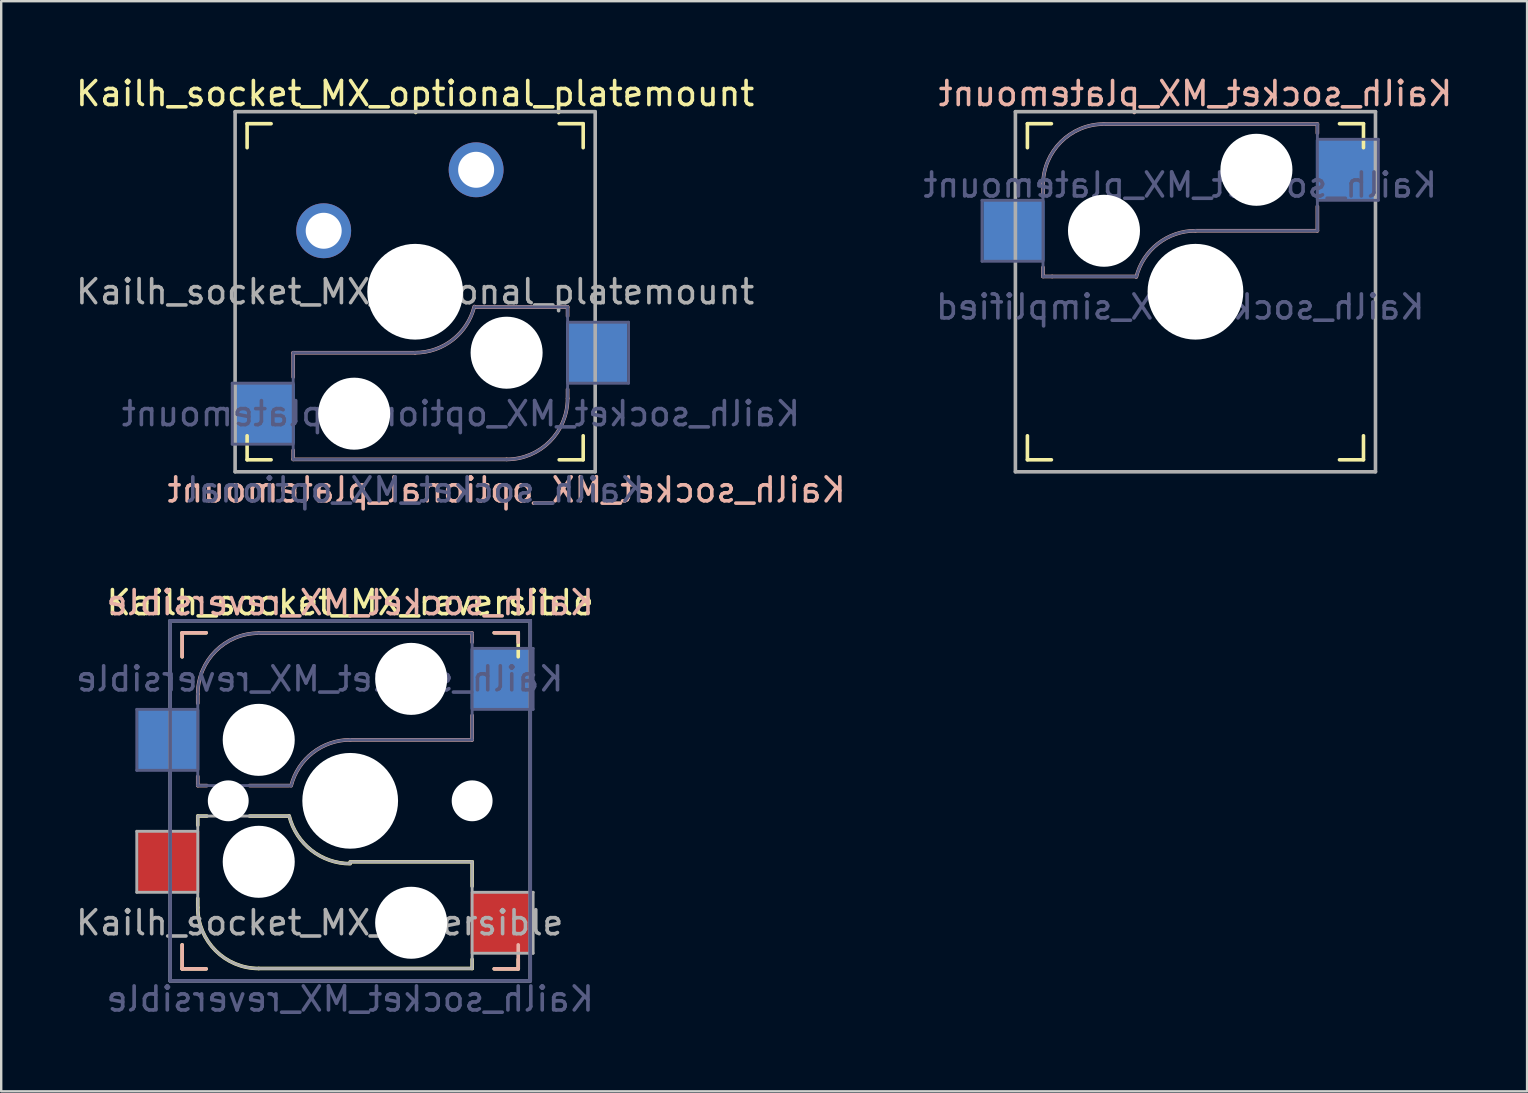
<source format=kicad_pcb>
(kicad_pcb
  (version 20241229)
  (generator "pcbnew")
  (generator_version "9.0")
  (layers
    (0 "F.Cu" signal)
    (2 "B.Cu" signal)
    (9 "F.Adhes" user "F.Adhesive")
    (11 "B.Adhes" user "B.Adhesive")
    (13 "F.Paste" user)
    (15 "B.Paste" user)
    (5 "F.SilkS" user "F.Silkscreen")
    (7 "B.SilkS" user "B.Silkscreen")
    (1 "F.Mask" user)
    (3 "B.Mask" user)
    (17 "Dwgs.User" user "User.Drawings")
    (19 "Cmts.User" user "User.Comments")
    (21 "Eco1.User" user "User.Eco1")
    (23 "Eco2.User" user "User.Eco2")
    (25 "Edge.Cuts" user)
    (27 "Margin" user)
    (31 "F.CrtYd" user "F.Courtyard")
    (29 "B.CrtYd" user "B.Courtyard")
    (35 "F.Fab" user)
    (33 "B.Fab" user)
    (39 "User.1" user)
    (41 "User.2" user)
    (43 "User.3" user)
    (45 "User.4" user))
  (footprint "Kailh_socket_MX_platemount"
    (layer "F.Cu")
    (at 46.749 9.103)
    (property "Reference" "Kailh_socket_MX_platemount" (at 0 -8.255 0) (layer "B.SilkS") (effects (font (size 1 1) (thickness 0.15)) (justify mirror)))
    (property "Value" "Kailh_socket_MX_simplified" (at 0 8.255 0) (layer "F.Fab") (hide yes) (effects (font (size 1 1) (thickness 0.15))))
    (attr smd)
    (fp_line (start -7 -6) (end -7 -7) (stroke (width 0.15) (type solid)) (layer "F.SilkS"))
    (fp_line (start -7 7) (end -7 6) (stroke (width 0.15) (type solid)) (layer "F.SilkS"))
    (fp_line (start -7 7) (end -6 7) (stroke (width 0.15) (type solid)) (layer "F.SilkS"))
    (fp_line (start -6 -7) (end -7 -7) (stroke (width 0.15) (type solid)) (layer "F.SilkS"))
    (fp_line (start 6 7) (end 7 7) (stroke (width 0.15) (type solid)) (layer "F.SilkS"))
    (fp_line (start 7 -7) (end 6 -7) (stroke (width 0.15) (type solid)) (layer "F.SilkS"))
    (fp_line (start 7 -7) (end 7 -6) (stroke (width 0.15) (type solid)) (layer "F.SilkS"))
    (fp_line (start 7 6) (end 7 7) (stroke (width 0.15) (type solid)) (layer "F.SilkS"))
    (fp_line (start -6.35 -4.445) (end -6.35 -4.064) (stroke (width 0.15) (type solid)) (layer "B.SilkS"))
    (fp_line (start -6.35 -1.016) (end -6.35 -0.635) (stroke (width 0.15) (type solid)) (layer "B.SilkS"))
    (fp_line (start -5.969 -0.635) (end -6.35 -0.635) (stroke (width 0.15) (type solid)) (layer "B.SilkS"))
    (fp_line (start -3.81 -6.985) (end 5.08 -6.985) (stroke (width 0.15) (type solid)) (layer "B.SilkS"))
    (fp_line (start -2.464 -0.635) (end -5.969 -0.635) (stroke (width 0.15) (type solid)) (layer "B.SilkS"))
    (fp_line (start 5.08 -6.985) (end 5.08 -6.604) (stroke (width 0.15) (type solid)) (layer "B.SilkS"))
    (fp_line (start 5.08 -3.556) (end 5.08 -2.54) (stroke (width 0.15) (type solid)) (layer "B.SilkS"))
    (fp_line (start 5.08 -2.54) (end 0 -2.54) (stroke (width 0.15) (type solid)) (layer "B.SilkS"))
    (fp_arc (start -6.35 -4.445) (mid -5.606051 -6.241051) (end -3.81 -6.985) (stroke (width 0.15) (type solid)) (layer "B.SilkS"))
    (fp_arc (start -2.464162 -0.61604) (mid -1.563147 -2.002042) (end 0 -2.54) (stroke (width 0.15) (type solid)) (layer "B.SilkS"))
    (fp_line (start -6.9 6.9) (end -6.9 -6.9) (stroke (width 0.15) (type solid)) (layer "Eco2.User"))
    (fp_line (start -6.9 6.9) (end 6.9 6.9) (stroke (width 0.15) (type solid)) (layer "Eco2.User"))
    (fp_line (start 6.9 -6.9) (end -6.9 -6.9) (stroke (width 0.15) (type solid)) (layer "Eco2.User"))
    (fp_line (start 6.9 -6.9) (end 6.9 6.9) (stroke (width 0.15) (type solid)) (layer "Eco2.User"))
    (fp_line (start -8.89 -3.81) (end -6.35 -3.81) (stroke (width 0.12) (type solid)) (layer "B.Fab"))
    (fp_line (start -8.89 -1.27) (end -8.89 -3.81) (stroke (width 0.12) (type solid)) (layer "B.Fab"))
    (fp_line (start -6.35 -1.27) (end -8.89 -1.27) (stroke (width 0.12) (type solid)) (layer "B.Fab"))
    (fp_line (start -6.35 -0.635) (end -6.35 -4.445) (stroke (width 0.12) (type solid)) (layer "B.Fab"))
    (fp_line (start -6.35 -0.635) (end -2.54 -0.635) (stroke (width 0.12) (type solid)) (layer "B.Fab"))
    (fp_line (start -3.81 -6.985) (end 5.08 -6.985) (stroke (width 0.12) (type solid)) (layer "B.Fab"))
    (fp_line (start 5.08 -6.985) (end 5.08 -2.54) (stroke (width 0.12) (type solid)) (layer "B.Fab"))
    (fp_line (start 5.08 -6.35) (end 7.62 -6.35) (stroke (width 0.12) (type solid)) (layer "B.Fab"))
    (fp_line (start 5.08 -2.54) (end 0 -2.54) (stroke (width 0.12) (type solid)) (layer "B.Fab"))
    (fp_line (start 7.62 -6.35) (end 7.62 -3.81) (stroke (width 0.12) (type solid)) (layer "B.Fab"))
    (fp_line (start 7.62 -3.81) (end 5.08 -3.81) (stroke (width 0.12) (type solid)) (layer "B.Fab"))
    (fp_arc (start -6.35 -4.445) (mid -5.606051 -6.241051) (end -3.81 -6.985) (stroke (width 0.12) (type solid)) (layer "B.Fab"))
    (fp_arc (start -2.464162 -0.61604) (mid -1.563147 -2.002042) (end 0 -2.54) (stroke (width 0.12) (type solid)) (layer "B.Fab"))
    (fp_line (start -7.5 -7.5) (end 7.5 -7.5) (stroke (width 0.15) (type solid)) (layer "F.Fab"))
    (fp_line (start -7.5 7.5) (end -7.5 -7.5) (stroke (width 0.15) (type solid)) (layer "F.Fab"))
    (fp_line (start 7.5 -7.5) (end 7.5 7.5) (stroke (width 0.15) (type solid)) (layer "F.Fab"))
    (fp_line (start 7.5 7.5) (end -7.5 7.5) (stroke (width 0.15) (type solid)) (layer "F.Fab"))
    (fp_text user "${VALUE}" (at -0.635 0.635 0) (layer "B.Fab") (effects (font (size 1 1) (thickness 0.15)) (justify mirror)))
    (fp_text user "${REFERENCE}" (at -0.635 -4.445 0) (layer "B.Fab") (effects (font (size 1 1) (thickness 0.15)) (justify mirror)))
    (pad "" np_thru_hole circle (at -3.81 -2.54) (size 3 3) (drill 3) (layers "*.Cu" "*.Mask"))
    (pad "" np_thru_hole circle (at 0 0) (size 3.988 3.988) (drill 3.988) (layers "*.Cu" "*.Mask"))
    (pad "" np_thru_hole circle (at 2.54 -5.08) (size 3 3) (drill 3) (layers "*.Cu" "*.Mask"))
    (pad "1" smd rect (at -7.56 -2.54) (size 2.55 2.5) (layers "B.Cu" "B.Mask" "B.Paste"))
    (pad "2" smd rect (at 6.29 -5.08) (size 2.55 2.5) (layers "B.Cu" "B.Mask" "B.Paste")))
  (footprint "Kailh_socket_MX_optional_platemount"
    (layer "F.Cu")
    (at 14.244 9.103)
    (property "Reference" "Kailh_socket_MX_optional_platemount" (at 0 -8.255 0) (layer "F.SilkS") (effects (font (size 1 1) (thickness 0.15))))
    (property "Value" "Kailh_socket_MX_optional" (at 0 8.255 0) (layer "F.Fab") (hide yes) (effects (font (size 1 1) (thickness 0.15))))
    (attr through_hole)
    (fp_line (start -7 -6) (end -7 -7) (stroke (width 0.15) (type solid)) (layer "F.SilkS"))
    (fp_line (start -7 7) (end -7 6) (stroke (width 0.15) (type solid)) (layer "F.SilkS"))
    (fp_line (start -7 7) (end -6 7) (stroke (width 0.15) (type solid)) (layer "F.SilkS"))
    (fp_line (start -6 -7) (end -7 -7) (stroke (width 0.15) (type solid)) (layer "F.SilkS"))
    (fp_line (start 6 7) (end 7 7) (stroke (width 0.15) (type solid)) (layer "F.SilkS"))
    (fp_line (start 7 -7) (end 6 -7) (stroke (width 0.15) (type solid)) (layer "F.SilkS"))
    (fp_line (start 7 -7) (end 7 -6) (stroke (width 0.15) (type solid)) (layer "F.SilkS"))
    (fp_line (start 7 6) (end 7 7) (stroke (width 0.15) (type solid)) (layer "F.SilkS"))
    (fp_line (start -5.08 2.54) (end -5.08 3.556) (stroke (width 0.15) (type solid)) (layer "B.SilkS"))
    (fp_line (start -5.08 6.604) (end -5.08 6.985) (stroke (width 0.15) (type solid)) (layer "B.SilkS"))
    (fp_line (start -5.08 6.985) (end 3.81 6.985) (stroke (width 0.15) (type solid)) (layer "B.SilkS"))
    (fp_line (start 0 2.54) (end -5.08 2.54) (stroke (width 0.15) (type solid)) (layer "B.SilkS"))
    (fp_line (start 6.35 0.635) (end 2.5 0.635) (stroke (width 0.15) (type solid)) (layer "B.SilkS"))
    (fp_line (start 6.35 1.016) (end 6.35 0.635) (stroke (width 0.15) (type solid)) (layer "B.SilkS"))
    (fp_line (start 6.35 4.445) (end 6.35 4.064) (stroke (width 0.15) (type solid)) (layer "B.SilkS"))
    (fp_arc (start 2.4638 0.61604) (mid 1.562785 2.002042) (end -0.000362 2.54) (stroke (width 0.15) (type solid)) (layer "B.SilkS"))
    (fp_arc (start 6.35 4.445) (mid 5.606051 6.241051) (end 3.81 6.985) (stroke (width 0.15) (type solid)) (layer "B.SilkS"))
    (fp_line (start -6.9 6.9) (end -6.9 -6.9) (stroke (width 0.15) (type solid)) (layer "Eco2.User"))
    (fp_line (start -6.9 6.9) (end 6.9 6.9) (stroke (width 0.15) (type solid)) (layer "Eco2.User"))
    (fp_line (start 6.9 -6.9) (end -6.9 -6.9) (stroke (width 0.15) (type solid)) (layer "Eco2.User"))
    (fp_line (start 6.9 -6.9) (end 6.9 6.9) (stroke (width 0.15) (type solid)) (layer "Eco2.User"))
    (fp_line (start -7.62 3.81) (end -7.62 6.35) (stroke (width 0.12) (type solid)) (layer "B.Fab"))
    (fp_line (start -7.62 6.35) (end -5.08 6.35) (stroke (width 0.12) (type solid)) (layer "B.Fab"))
    (fp_line (start -5.08 2.54) (end -5.08 6.985) (stroke (width 0.12) (type solid)) (layer "B.Fab"))
    (fp_line (start -5.08 3.81) (end -7.62 3.81) (stroke (width 0.12) (type solid)) (layer "B.Fab"))
    (fp_line (start -5.08 6.985) (end 3.81 6.985) (stroke (width 0.12) (type solid)) (layer "B.Fab"))
    (fp_line (start 0 2.54) (end -5.08 2.54) (stroke (width 0.12) (type solid)) (layer "B.Fab"))
    (fp_line (start 6.35 0.635) (end 2.54 0.635) (stroke (width 0.12) (type solid)) (layer "B.Fab"))
    (fp_line (start 6.35 3.81) (end 8.89 3.81) (stroke (width 0.12) (type solid)) (layer "B.Fab"))
    (fp_line (start 6.35 4.445) (end 6.35 0.635) (stroke (width 0.12) (type solid)) (layer "B.Fab"))
    (fp_line (start 8.89 1.27) (end 6.35 1.27) (stroke (width 0.12) (type solid)) (layer "B.Fab"))
    (fp_line (start 8.89 3.81) (end 8.89 1.27) (stroke (width 0.12) (type solid)) (layer "B.Fab"))
    (fp_arc (start 2.464162 0.61604) (mid 1.563147 2.002042) (end 0 2.54) (stroke (width 0.12) (type solid)) (layer "B.Fab"))
    (fp_arc (start 6.35 4.445) (mid 5.606051 6.241051) (end 3.81 6.985) (stroke (width 0.12) (type solid)) (layer "B.Fab"))
    (fp_line (start -7.5 -7.5) (end 7.5 -7.5) (stroke (width 0.15) (type solid)) (layer "F.Fab"))
    (fp_line (start -7.5 7.5) (end -7.5 -7.5) (stroke (width 0.15) (type solid)) (layer "F.Fab"))
    (fp_line (start 7.5 -7.5) (end 7.5 7.5) (stroke (width 0.15) (type solid)) (layer "F.Fab"))
    (fp_line (start 7.5 7.5) (end -7.5 7.5) (stroke (width 0.15) (type solid)) (layer "F.Fab"))
    (fp_text user "${REFERENCE}" (at 3.81 8.255 0) (layer "B.SilkS") (effects (font (size 1 1) (thickness 0.15)) (justify mirror)))
    (fp_text user "${VALUE}" (at 0 8.255 0) (layer "B.Fab") (effects (font (size 1 1) (thickness 0.15)) (justify mirror)))
    (fp_text user "${REFERENCE}" (at 1.905 5.08 0) (layer "B.Fab") (effects (font (size 1 1) (thickness 0.15)) (justify mirror)))
    (fp_text user "${REFERENCE}" (at 0 0 0) (layer "F.Fab") (effects (font (size 1 1) (thickness 0.15))))
    (pad "" np_thru_hole circle (at -2.54 5.08) (size 3 3) (drill 3) (layers "*.Cu" "*.Mask"))
    (pad "" np_thru_hole circle (at 0 0) (size 3.988 3.988) (drill 3.988) (layers "*.Cu" "*.Mask"))
    (pad "" np_thru_hole circle (at 3.81 2.54) (size 3 3) (drill 3) (layers "*.Cu" "*.Mask"))
    (pad "1" smd rect (at -6.29 5.08) (size 2.55 2.5) (layers "B.Cu" "B.Mask" "B.Paste"))
    (pad "1" thru_hole circle (at 2.54 -5.08) (size 2.286 2.286) (drill 1.499) (layers "*.Cu" "*.Mask"))
    (pad "2" thru_hole circle (at -3.81 -2.54) (size 2.286 2.286) (drill 1.499) (layers "*.Cu" "*.Mask"))
    (pad "2" smd rect (at 7.56 2.54) (size 2.55 2.5) (layers "B.Cu" "B.Mask" "B.Paste")))
  (footprint "Kailh_socket_MX_reversible"
    (layer "F.Cu")
    (at 11.538 30.31)
    (property "Reference" "Kailh_socket_MX_reversible" (at 0 -8.255 0) (layer "F.SilkS") (effects (font (size 1 1) (thickness 0.15))))
    (property "Value" "Kailh_socket_MX_reversible" (at 0 8.255 0) (layer "F.Fab") (hide yes) (effects (font (size 1 1) (thickness 0.15))))
    (attr smd)
    (fp_line (start -7 -7) (end -6 -7) (stroke (width 0.15) (type solid)) (layer "F.SilkS"))
    (fp_line (start -7 -6) (end -7 -7) (stroke (width 0.15) (type solid)) (layer "F.SilkS"))
    (fp_line (start -7 7) (end -7 6) (stroke (width 0.15) (type solid)) (layer "F.SilkS"))
    (fp_line (start -6.35 0.635) (end -5.969 0.635) (stroke (width 0.15) (type solid)) (layer "F.SilkS"))
    (fp_line (start -6.35 1.016) (end -6.35 0.635) (stroke (width 0.15) (type solid)) (layer "F.SilkS"))
    (fp_line (start -6.35 4.445) (end -6.35 4.064) (stroke (width 0.15) (type solid)) (layer "F.SilkS"))
    (fp_line (start -6 7) (end -7 7) (stroke (width 0.15) (type solid)) (layer "F.SilkS"))
    (fp_line (start -4.191 0.635) (end -2.54 0.635) (stroke (width 0.15) (type solid)) (layer "F.SilkS"))
    (fp_line (start 0 2.54) (end 5.08 2.54) (stroke (width 0.15) (type solid)) (layer "F.SilkS"))
    (fp_line (start 5.08 2.54) (end 5.08 3.556) (stroke (width 0.15) (type solid)) (layer "F.SilkS"))
    (fp_line (start 5.08 6.604) (end 5.08 6.985) (stroke (width 0.15) (type solid)) (layer "F.SilkS"))
    (fp_line (start 5.08 6.985) (end -3.81 6.985) (stroke (width 0.15) (type solid)) (layer "F.SilkS"))
    (fp_line (start 6 -7) (end 7 -7) (stroke (width 0.15) (type solid)) (layer "F.SilkS"))
    (fp_line (start 7 -7) (end 7 -6) (stroke (width 0.15) (type solid)) (layer "F.SilkS"))
    (fp_line (start 7 6.604) (end 7 7) (stroke (width 0.15) (type solid)) (layer "F.SilkS"))
    (fp_line (start 7 7) (end 6 7) (stroke (width 0.15) (type solid)) (layer "F.SilkS"))
    (fp_arc (start -3.81 6.985) (mid -5.606051 6.241051) (end -6.35 4.445) (stroke (width 0.15) (type solid)) (layer "F.SilkS"))
    (fp_arc (start -0.000001 2.618171) (mid -1.611255 2.063656) (end -2.539999 0.634999) (stroke (width 0.15) (type solid)) (layer "F.SilkS"))
    (fp_line (start -7 -7) (end -6 -7) (stroke (width 0.15) (type solid)) (layer "B.SilkS"))
    (fp_line (start -7 -6) (end -7 -7) (stroke (width 0.15) (type solid)) (layer "B.SilkS"))
    (fp_line (start -7 7) (end -7 6) (stroke (width 0.15) (type solid)) (layer "B.SilkS"))
    (fp_line (start -6.35 -4.445) (end -6.35 -4.064) (stroke (width 0.15) (type solid)) (layer "B.SilkS"))
    (fp_line (start -6.35 -1.016) (end -6.35 -0.635) (stroke (width 0.15) (type solid)) (layer "B.SilkS"))
    (fp_line (start -6.35 -0.635) (end -5.969 -0.635) (stroke (width 0.15) (type solid)) (layer "B.SilkS"))
    (fp_line (start -6 7) (end -7 7) (stroke (width 0.15) (type solid)) (layer "B.SilkS"))
    (fp_line (start -4.191 -0.635) (end -2.54 -0.635) (stroke (width 0.15) (type solid)) (layer "B.SilkS"))
    (fp_line (start 0 -2.54) (end 5.08 -2.54) (stroke (width 0.15) (type solid)) (layer "B.SilkS"))
    (fp_line (start 5.08 -6.985) (end -3.81 -6.985) (stroke (width 0.15) (type solid)) (layer "B.SilkS"))
    (fp_line (start 5.08 -6.604) (end 5.08 -6.985) (stroke (width 0.15) (type solid)) (layer "B.SilkS"))
    (fp_line (start 5.08 -2.54) (end 5.08 -3.556) (stroke (width 0.15) (type solid)) (layer "B.SilkS"))
    (fp_line (start 6 -7) (end 7 -7) (stroke (width 0.15) (type solid)) (layer "B.SilkS"))
    (fp_line (start 7 -7) (end 7 -6.604) (stroke (width 0.15) (type solid)) (layer "B.SilkS"))
    (fp_line (start 7 6) (end 7 7) (stroke (width 0.15) (type solid)) (layer "B.SilkS"))
    (fp_line (start 7 7) (end 6 7) (stroke (width 0.15) (type solid)) (layer "B.SilkS"))
    (fp_arc (start -6.35 -4.445) (mid -5.606051 -6.241051) (end -3.81 -6.985) (stroke (width 0.15) (type solid)) (layer "B.SilkS"))
    (fp_arc (start -2.461268 -0.627503) (mid -1.558484 -2.005674) (end 0 -2.54) (stroke (width 0.15) (type solid)) (layer "B.SilkS"))
    (fp_line (start -6.9 6.9) (end -6.9 -6.9) (stroke (width 0.15) (type solid)) (layer "Eco2.User"))
    (fp_line (start -6.9 6.9) (end 6.9 6.9) (stroke (width 0.15) (type solid)) (layer "Eco2.User"))
    (fp_line (start 6.9 -6.9) (end -6.9 -6.9) (stroke (width 0.15) (type solid)) (layer "Eco2.User"))
    (fp_line (start 6.9 -6.9) (end 6.9 6.9) (stroke (width 0.15) (type solid)) (layer "Eco2.User"))
    (fp_line (start -8.89 -3.81) (end -8.89 -1.27) (stroke (width 0.12) (type solid)) (layer "B.Fab"))
    (fp_line (start -8.89 -1.27) (end -6.35 -1.27) (stroke (width 0.12) (type solid)) (layer "B.Fab"))
    (fp_line (start -7.5 -7.5) (end 7.5 -7.5) (stroke (width 0.15) (type solid)) (layer "B.Fab"))
    (fp_line (start -7.5 7.5) (end -7.5 -7.5) (stroke (width 0.15) (type solid)) (layer "B.Fab"))
    (fp_line (start -6.35 -4.445) (end -6.35 -0.635) (stroke (width 0.12) (type solid)) (layer "B.Fab"))
    (fp_line (start -6.35 -3.81) (end -8.89 -3.81) (stroke (width 0.12) (type solid)) (layer "B.Fab"))
    (fp_line (start -6.35 -0.635) (end -2.54 -0.635) (stroke (width 0.12) (type solid)) (layer "B.Fab"))
    (fp_line (start 0 -2.54) (end 5.08 -2.54) (stroke (width 0.12) (type solid)) (layer "B.Fab"))
    (fp_line (start 5.08 -6.985) (end -3.81 -6.985) (stroke (width 0.12) (type solid)) (layer "B.Fab"))
    (fp_line (start 5.08 -3.81) (end 7.62 -3.81) (stroke (width 0.12) (type solid)) (layer "B.Fab"))
    (fp_line (start 5.08 -2.54) (end 5.08 -6.985) (stroke (width 0.12) (type solid)) (layer "B.Fab"))
    (fp_line (start 7.5 -7.5) (end 7.5 7.5) (stroke (width 0.15) (type solid)) (layer "B.Fab"))
    (fp_line (start 7.5 7.5) (end -7.5 7.5) (stroke (width 0.15) (type solid)) (layer "B.Fab"))
    (fp_line (start 7.62 -6.35) (end 5.08 -6.35) (stroke (width 0.12) (type solid)) (layer "B.Fab"))
    (fp_line (start 7.62 -3.81) (end 7.62 -6.35) (stroke (width 0.12) (type solid)) (layer "B.Fab"))
    (fp_arc (start -6.35 -4.445) (mid -5.606051 -6.241051) (end -3.81 -6.985) (stroke (width 0.12) (type solid)) (layer "B.Fab"))
    (fp_arc (start -2.464162 -0.61604) (mid -1.563147 -2.002042) (end 0 -2.54) (stroke (width 0.12) (type solid)) (layer "B.Fab"))
    (fp_line (start -8.89 1.27) (end -8.89 3.81) (stroke (width 0.12) (type solid)) (layer "F.Fab"))
    (fp_line (start -8.89 3.81) (end -6.35 3.81) (stroke (width 0.12) (type solid)) (layer "F.Fab"))
    (fp_line (start -7.5 -7.5) (end 7.5 -7.5) (stroke (width 0.15) (type solid)) (layer "F.Fab"))
    (fp_line (start -7.5 7.5) (end -7.5 -7.5) (stroke (width 0.15) (type solid)) (layer "F.Fab"))
    (fp_line (start -6.35 0.635) (end -6.35 4.445) (stroke (width 0.12) (type solid)) (layer "F.Fab"))
    (fp_line (start -6.35 1.27) (end -8.89 1.27) (stroke (width 0.12) (type solid)) (layer "F.Fab"))
    (fp_line (start -3.81 6.985) (end 5.08 6.985) (stroke (width 0.12) (type solid)) (layer "F.Fab"))
    (fp_line (start -2.54 0.635) (end -6.35 0.635) (stroke (width 0.12) (type solid)) (layer "F.Fab"))
    (fp_line (start 5.08 2.54) (end 0 2.54) (stroke (width 0.12) (type solid)) (layer "F.Fab"))
    (fp_line (start 5.08 6.35) (end 7.62 6.35) (stroke (width 0.12) (type solid)) (layer "F.Fab"))
    (fp_line (start 5.08 6.985) (end 5.08 2.54) (stroke (width 0.12) (type solid)) (layer "F.Fab"))
    (fp_line (start 7.5 -7.5) (end 7.5 7.5) (stroke (width 0.15) (type solid)) (layer "F.Fab"))
    (fp_line (start 7.5 7.5) (end -7.5 7.5) (stroke (width 0.15) (type solid)) (layer "F.Fab"))
    (fp_line (start 7.62 3.81) (end 5.08 3.81) (stroke (width 0.12) (type solid)) (layer "F.Fab"))
    (fp_line (start 7.62 6.35) (end 7.62 3.81) (stroke (width 0.12) (type solid)) (layer "F.Fab"))
    (fp_arc (start -3.81 6.985) (mid -5.606051 6.241051) (end -6.35 4.445) (stroke (width 0.12) (type solid)) (layer "F.Fab"))
    (fp_arc (start -0.000001 2.618171) (mid -1.611255 2.063656) (end -2.539999 0.634999) (stroke (width 0.12) (type solid)) (layer "F.Fab"))
    (fp_text user "${REFERENCE}" (at 0 -8.255 0) (layer "B.SilkS") (effects (font (size 1 1) (thickness 0.15)) (justify mirror)))
    (fp_text user "${VALUE}" (at 0 8.255 0) (layer "B.Fab") (effects (font (size 1 1) (thickness 0.15)) (justify mirror)))
    (fp_text user "${REFERENCE}" (at -1.27 -5.08 0) (layer "B.Fab") (effects (font (size 1 1) (thickness 0.15)) (justify mirror)))
    (fp_text user "${REFERENCE}" (at -1.27 5.08 0) (layer "F.Fab") (effects (font (size 1 1) (thickness 0.15))))
    (pad "" np_thru_hole circle (at -5.08 0) (size 1.702 1.702) (drill 1.702) (layers "*.Cu" "*.Mask"))
    (pad "" np_thru_hole circle (at -3.81 -2.54) (size 3 3) (drill 3) (layers "*.Cu" "*.Mask"))
    (pad "" np_thru_hole circle (at -3.81 2.54) (size 3 3) (drill 3) (layers "*.Cu" "*.Mask"))
    (pad "" np_thru_hole circle (at 0 0) (size 3.988 3.988) (drill 3.988) (layers "*.Cu" "*.Mask"))
    (pad "" np_thru_hole circle (at 2.54 -5.08) (size 3 3) (drill 3) (layers "*.Cu" "*.Mask"))
    (pad "" np_thru_hole circle (at 2.54 5.08) (size 3 3) (drill 3) (layers "*.Cu" "*.Mask"))
    (pad "" np_thru_hole circle (at 5.08 0) (size 1.702 1.702) (drill 1.702) (layers "*.Cu" "*.Mask"))
    (pad "1" smd rect (at 6.29 -5.08) (size 2.55 2.5) (layers "B.Cu" "B.Mask" "B.Paste"))
    (pad "1" smd rect (at 6.29 5.08) (size 2.55 2.5) (layers "F.Cu" "F.Mask" "F.Paste"))
    (pad "2" smd rect (at -7.56 -2.54) (size 2.55 2.5) (layers "B.Cu" "B.Mask" "B.Paste"))
    (pad "2" smd rect (at -7.56 2.54) (size 2.55 2.5) (layers "F.Cu" "F.Mask" "F.Paste")))
  (gr_rect
    (start -3 -3)
    (end 60.564 42.413)
    (stroke (width 0.1) (type default))
    (fill no)
    (layer "Edge.Cuts")))
</source>
